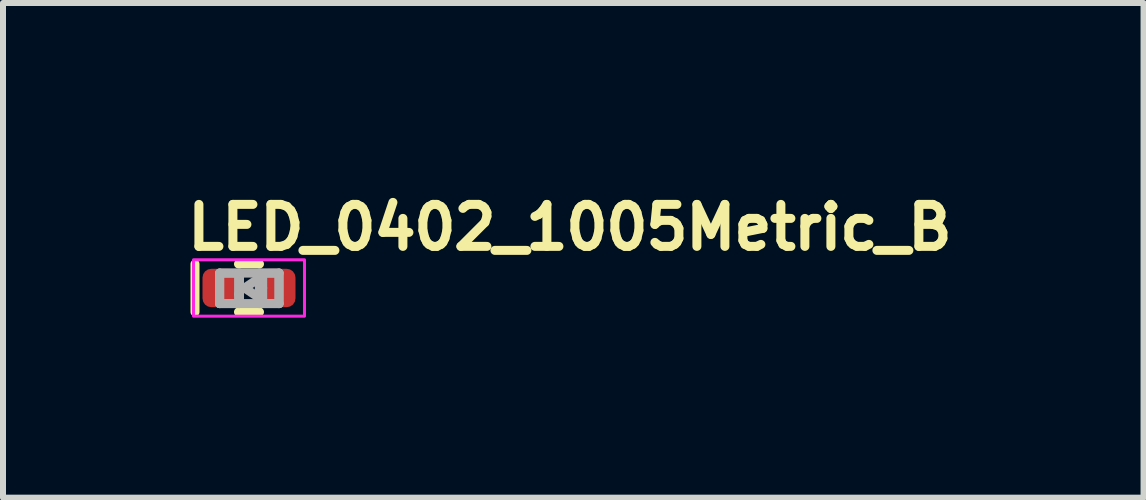
<source format=kicad_pcb>
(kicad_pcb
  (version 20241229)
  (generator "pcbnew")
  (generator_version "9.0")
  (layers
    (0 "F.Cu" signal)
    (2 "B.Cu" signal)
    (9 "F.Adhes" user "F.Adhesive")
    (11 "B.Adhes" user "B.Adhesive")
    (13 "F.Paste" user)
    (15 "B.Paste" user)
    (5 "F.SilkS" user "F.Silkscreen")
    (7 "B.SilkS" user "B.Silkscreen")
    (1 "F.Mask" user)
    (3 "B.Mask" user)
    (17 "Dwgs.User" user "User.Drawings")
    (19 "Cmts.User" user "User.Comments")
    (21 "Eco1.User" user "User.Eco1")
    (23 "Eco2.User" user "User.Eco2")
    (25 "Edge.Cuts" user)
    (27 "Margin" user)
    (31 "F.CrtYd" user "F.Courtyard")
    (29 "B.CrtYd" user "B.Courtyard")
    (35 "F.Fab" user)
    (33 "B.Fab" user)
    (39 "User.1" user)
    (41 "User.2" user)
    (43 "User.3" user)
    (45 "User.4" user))
  (footprint "LED_0402_1005Metric_B"
    (layer "F.Cu")
    (at 1.1 1.75)
    (property "Reference" "LED_0402_1005Metric_B" (at -1.1 -0.6 0) (unlocked yes) (layer "F.SilkS") (effects (font (size 0.7 0.7) (thickness 0.15)) (justify left bottom)))
    (attr smd)
    (fp_line (start -0.9 0.4) (end -0.9 -0.4) (stroke (width 0.15) (type solid)) (layer "F.SilkS"))
    (fp_line (start 0.175 -0.4) (end -0.175 -0.4) (stroke (width 0.15) (type solid)) (layer "F.SilkS"))
    (fp_line (start 0.175 0.4) (end -0.175 0.4) (stroke (width 0.15) (type solid)) (layer "F.SilkS"))
    (fp_rect (start 0.925 0.47) (end -0.925 -0.47) (stroke (width 0.05) (type default)) (fill no) (layer "F.CrtYd"))
    (fp_line (start -0.489 -0.248) (end -0.489 0.26) (stroke (width 0.15) (type solid)) (layer "F.Fab"))
    (fp_line (start -0.489 -0.248) (end -0.489 0.26) (stroke (width 0.15) (type solid)) (layer "F.Fab"))
    (fp_line (start -0.489 0.26) (end -0.158 0.26) (stroke (width 0.15) (type solid)) (layer "F.Fab"))
    (fp_line (start -0.489 0.26) (end 0.501 0.26) (stroke (width 0.15) (type solid)) (layer "F.Fab"))
    (fp_line (start -0.173 -0.202) (end -0.173 0.102) (stroke (width 0.15) (type solid)) (layer "F.Fab"))
    (fp_line (start -0.173 0.202) (end -0.173 0.102) (stroke (width 0.15) (type solid)) (layer "F.Fab"))
    (fp_line (start -0.158 -0.248) (end -0.489 -0.248) (stroke (width 0.15) (type solid)) (layer "F.Fab"))
    (fp_line (start -0.158 0.26) (end -0.158 -0.248) (stroke (width 0.15) (type solid)) (layer "F.Fab"))
    (fp_line (start -0.074 0) (end 0.228 0.202) (stroke (width 0.15) (type solid)) (layer "F.Fab"))
    (fp_line (start 0.172 -0.248) (end 0.172 0.26) (stroke (width 0.15) (type solid)) (layer "F.Fab"))
    (fp_line (start 0.172 0.26) (end 0.501 0.26) (stroke (width 0.15) (type solid)) (layer "F.Fab"))
    (fp_line (start 0.228 -0.202) (end -0.074 0) (stroke (width 0.15) (type solid)) (layer "F.Fab"))
    (fp_line (start 0.228 0) (end 0.228 -0.202) (stroke (width 0.15) (type solid)) (layer "F.Fab"))
    (fp_line (start 0.228 0.202) (end 0.228 0) (stroke (width 0.15) (type solid)) (layer "F.Fab"))
    (fp_line (start 0.501 -0.248) (end -0.489 -0.248) (stroke (width 0.15) (type solid)) (layer "F.Fab"))
    (fp_line (start 0.501 -0.248) (end 0.172 -0.248) (stroke (width 0.15) (type solid)) (layer "F.Fab"))
    (fp_line (start 0.501 0.26) (end 0.501 -0.248) (stroke (width 0.15) (type solid)) (layer "F.Fab"))
    (fp_line (start 0.501 0.26) (end 0.501 -0.248) (stroke (width 0.15) (type solid)) (layer "F.Fab"))
    (fp_rect (start 0.5 0.25) (end -0.498 -0.248) (stroke (width 0.1) (type solid)) (fill no) (layer "User.5"))
    (fp_line (start -0.498 -0.248) (end -0.498 0.25) (stroke (width 0.02) (type solid)) (layer "User.9"))
    (fp_line (start -0.498 0.25) (end 0.5 0.25) (stroke (width 0.02) (type solid)) (layer "User.9"))
    (fp_line (start 0.5 -0.248) (end -0.498 -0.248) (stroke (width 0.02) (type solid)) (layer "User.9"))
    (fp_line (start 0.5 0.25) (end 0.5 -0.248) (stroke (width 0.02) (type solid)) (layer "User.9"))
    (pad "1" smd roundrect (at -0.48 0 180) (size 0.59 0.64) (layers "F.Cu" "F.Mask" "F.Paste") (roundrect_rratio 0.25))
    (pad "2" smd roundrect (at 0.48 0 180) (size 0.59 0.64) (layers "F.Cu" "F.Mask" "F.Paste") (roundrect_rratio 0.25)))
  (gr_rect
    (start -3 -3)
    (end 16.01 5.245)
    (stroke (width 0.1) (type default))
    (fill no)
    (layer "Edge.Cuts")))
</source>
